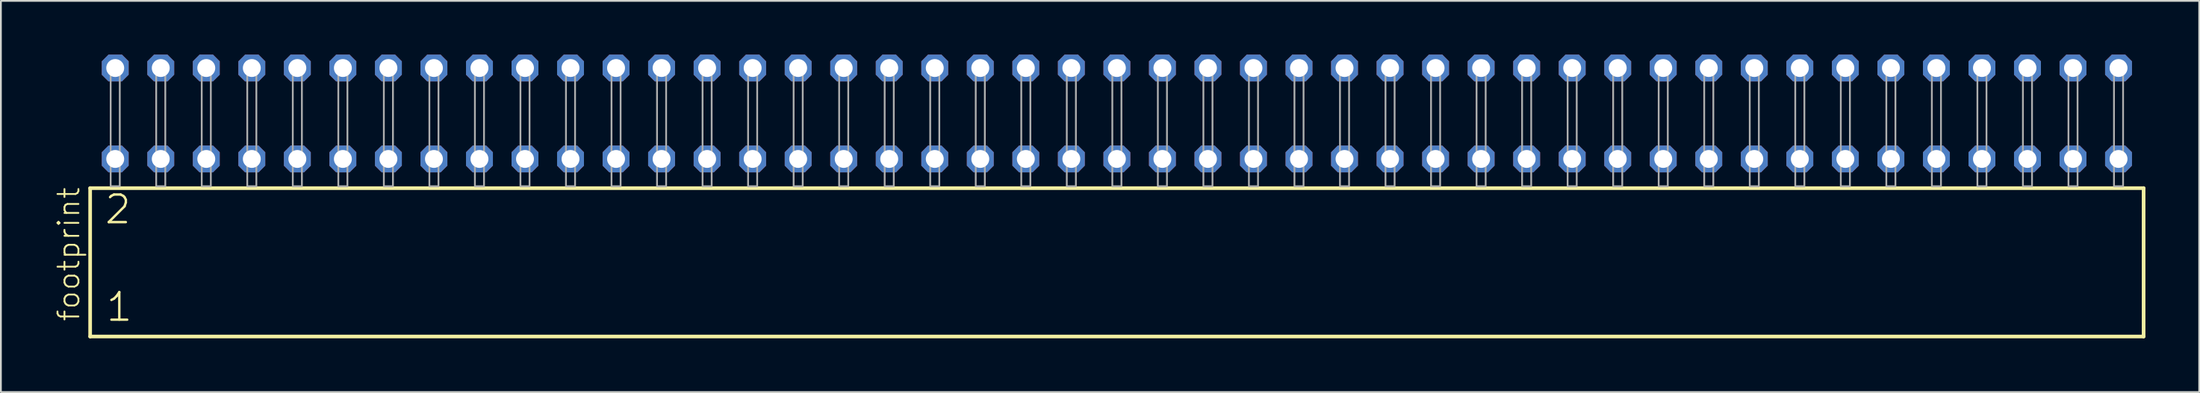
<source format=kicad_pcb>
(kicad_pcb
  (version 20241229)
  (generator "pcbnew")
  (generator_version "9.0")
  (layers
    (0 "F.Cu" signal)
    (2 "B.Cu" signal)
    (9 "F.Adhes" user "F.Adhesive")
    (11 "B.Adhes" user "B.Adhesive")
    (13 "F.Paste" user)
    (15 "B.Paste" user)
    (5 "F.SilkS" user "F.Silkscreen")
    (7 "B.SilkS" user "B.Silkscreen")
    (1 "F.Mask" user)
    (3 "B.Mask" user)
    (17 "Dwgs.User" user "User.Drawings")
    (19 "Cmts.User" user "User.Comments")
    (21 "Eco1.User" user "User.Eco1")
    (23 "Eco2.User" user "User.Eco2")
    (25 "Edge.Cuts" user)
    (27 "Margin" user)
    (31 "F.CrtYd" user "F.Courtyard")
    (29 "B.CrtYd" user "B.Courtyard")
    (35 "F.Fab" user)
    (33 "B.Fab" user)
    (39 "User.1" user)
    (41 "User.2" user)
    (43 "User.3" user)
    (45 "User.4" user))
  (footprint "footprint"
    (layer "F.Cu")
    (at 59.258 7.354)
    (property "Reference" "footprint" (at -57.785 7.62 90) (layer "F.SilkS") (effects (font (size 1.168 1.168) (thickness 0.102)) (justify left bottom)))
    (fp_line (start -57.279 0.106) (end -57.279 8.396) (stroke (width 0.203) (type solid)) (layer "F.SilkS"))
    (fp_line (start -57.279 8.396) (end 57.279 8.396) (stroke (width 0.203) (type solid)) (layer "F.SilkS"))
    (fp_line (start 57.279 0.106) (end -57.279 0.106) (stroke (width 0.203) (type solid)) (layer "F.SilkS"))
    (fp_line (start 57.279 8.396) (end 57.279 0.106) (stroke (width 0.203) (type solid)) (layer "F.SilkS"))
    (fp_poly (pts (xy -56.134 0) (xy -55.626 0) (xy -55.626 -6.858) (xy -56.134 -6.858)) (stroke (width 0.1) (type solid)) (fill no) (layer "F.Fab"))
    (fp_poly (pts (xy -53.594 0) (xy -53.086 0) (xy -53.086 -6.858) (xy -53.594 -6.858)) (stroke (width 0.1) (type solid)) (fill no) (layer "F.Fab"))
    (fp_poly (pts (xy -51.054 0) (xy -50.546 0) (xy -50.546 -6.858) (xy -51.054 -6.858)) (stroke (width 0.1) (type solid)) (fill no) (layer "F.Fab"))
    (fp_poly (pts (xy -48.514 0) (xy -48.006 0) (xy -48.006 -6.858) (xy -48.514 -6.858)) (stroke (width 0.1) (type solid)) (fill no) (layer "F.Fab"))
    (fp_poly (pts (xy -45.974 0) (xy -45.466 0) (xy -45.466 -6.858) (xy -45.974 -6.858)) (stroke (width 0.1) (type solid)) (fill no) (layer "F.Fab"))
    (fp_poly (pts (xy -43.434 0) (xy -42.926 0) (xy -42.926 -6.858) (xy -43.434 -6.858)) (stroke (width 0.1) (type solid)) (fill no) (layer "F.Fab"))
    (fp_poly (pts (xy -40.894 0) (xy -40.386 0) (xy -40.386 -6.858) (xy -40.894 -6.858)) (stroke (width 0.1) (type solid)) (fill no) (layer "F.Fab"))
    (fp_poly (pts (xy -38.354 0) (xy -37.846 0) (xy -37.846 -6.858) (xy -38.354 -6.858)) (stroke (width 0.1) (type solid)) (fill no) (layer "F.Fab"))
    (fp_poly (pts (xy -35.814 0) (xy -35.306 0) (xy -35.306 -6.858) (xy -35.814 -6.858)) (stroke (width 0.1) (type solid)) (fill no) (layer "F.Fab"))
    (fp_poly (pts (xy -33.274 0) (xy -32.766 0) (xy -32.766 -6.858) (xy -33.274 -6.858)) (stroke (width 0.1) (type solid)) (fill no) (layer "F.Fab"))
    (fp_poly (pts (xy -30.734 0) (xy -30.226 0) (xy -30.226 -6.858) (xy -30.734 -6.858)) (stroke (width 0.1) (type solid)) (fill no) (layer "F.Fab"))
    (fp_poly (pts (xy -28.194 0) (xy -27.686 0) (xy -27.686 -6.858) (xy -28.194 -6.858)) (stroke (width 0.1) (type solid)) (fill no) (layer "F.Fab"))
    (fp_poly (pts (xy -25.654 0) (xy -25.146 0) (xy -25.146 -6.858) (xy -25.654 -6.858)) (stroke (width 0.1) (type solid)) (fill no) (layer "F.Fab"))
    (fp_poly (pts (xy -23.114 0) (xy -22.606 0) (xy -22.606 -6.858) (xy -23.114 -6.858)) (stroke (width 0.1) (type solid)) (fill no) (layer "F.Fab"))
    (fp_poly (pts (xy -20.574 0) (xy -20.066 0) (xy -20.066 -6.858) (xy -20.574 -6.858)) (stroke (width 0.1) (type solid)) (fill no) (layer "F.Fab"))
    (fp_poly (pts (xy -18.034 0) (xy -17.526 0) (xy -17.526 -6.858) (xy -18.034 -6.858)) (stroke (width 0.1) (type solid)) (fill no) (layer "F.Fab"))
    (fp_poly (pts (xy -15.494 0) (xy -14.986 0) (xy -14.986 -6.858) (xy -15.494 -6.858)) (stroke (width 0.1) (type solid)) (fill no) (layer "F.Fab"))
    (fp_poly (pts (xy -12.954 0) (xy -12.446 0) (xy -12.446 -6.858) (xy -12.954 -6.858)) (stroke (width 0.1) (type solid)) (fill no) (layer "F.Fab"))
    (fp_poly (pts (xy -10.414 0) (xy -9.906 0) (xy -9.906 -6.858) (xy -10.414 -6.858)) (stroke (width 0.1) (type solid)) (fill no) (layer "F.Fab"))
    (fp_poly (pts (xy -7.874 0) (xy -7.366 0) (xy -7.366 -6.858) (xy -7.874 -6.858)) (stroke (width 0.1) (type solid)) (fill no) (layer "F.Fab"))
    (fp_poly (pts (xy -5.334 0) (xy -4.826 0) (xy -4.826 -6.858) (xy -5.334 -6.858)) (stroke (width 0.1) (type solid)) (fill no) (layer "F.Fab"))
    (fp_poly (pts (xy -2.794 0) (xy -2.286 0) (xy -2.286 -6.858) (xy -2.794 -6.858)) (stroke (width 0.1) (type solid)) (fill no) (layer "F.Fab"))
    (fp_poly (pts (xy -0.254 0) (xy 0.254 0) (xy 0.254 -6.858) (xy -0.254 -6.858)) (stroke (width 0.1) (type solid)) (fill no) (layer "F.Fab"))
    (fp_poly (pts (xy 2.286 0) (xy 2.794 0) (xy 2.794 -6.858) (xy 2.286 -6.858)) (stroke (width 0.1) (type solid)) (fill no) (layer "F.Fab"))
    (fp_poly (pts (xy 4.826 0) (xy 5.334 0) (xy 5.334 -6.858) (xy 4.826 -6.858)) (stroke (width 0.1) (type solid)) (fill no) (layer "F.Fab"))
    (fp_poly (pts (xy 7.366 0) (xy 7.874 0) (xy 7.874 -6.858) (xy 7.366 -6.858)) (stroke (width 0.1) (type solid)) (fill no) (layer "F.Fab"))
    (fp_poly (pts (xy 9.906 0) (xy 10.414 0) (xy 10.414 -6.858) (xy 9.906 -6.858)) (stroke (width 0.1) (type solid)) (fill no) (layer "F.Fab"))
    (fp_poly (pts (xy 12.446 0) (xy 12.954 0) (xy 12.954 -6.858) (xy 12.446 -6.858)) (stroke (width 0.1) (type solid)) (fill no) (layer "F.Fab"))
    (fp_poly (pts (xy 14.986 0) (xy 15.494 0) (xy 15.494 -6.858) (xy 14.986 -6.858)) (stroke (width 0.1) (type solid)) (fill no) (layer "F.Fab"))
    (fp_poly (pts (xy 17.526 0) (xy 18.034 0) (xy 18.034 -6.858) (xy 17.526 -6.858)) (stroke (width 0.1) (type solid)) (fill no) (layer "F.Fab"))
    (fp_poly (pts (xy 20.066 0) (xy 20.574 0) (xy 20.574 -6.858) (xy 20.066 -6.858)) (stroke (width 0.1) (type solid)) (fill no) (layer "F.Fab"))
    (fp_poly (pts (xy 22.606 0) (xy 23.114 0) (xy 23.114 -6.858) (xy 22.606 -6.858)) (stroke (width 0.1) (type solid)) (fill no) (layer "F.Fab"))
    (fp_poly (pts (xy 25.146 0) (xy 25.654 0) (xy 25.654 -6.858) (xy 25.146 -6.858)) (stroke (width 0.1) (type solid)) (fill no) (layer "F.Fab"))
    (fp_poly (pts (xy 27.686 0) (xy 28.194 0) (xy 28.194 -6.858) (xy 27.686 -6.858)) (stroke (width 0.1) (type solid)) (fill no) (layer "F.Fab"))
    (fp_poly (pts (xy 30.226 0) (xy 30.734 0) (xy 30.734 -6.858) (xy 30.226 -6.858)) (stroke (width 0.1) (type solid)) (fill no) (layer "F.Fab"))
    (fp_poly (pts (xy 32.766 0) (xy 33.274 0) (xy 33.274 -6.858) (xy 32.766 -6.858)) (stroke (width 0.1) (type solid)) (fill no) (layer "F.Fab"))
    (fp_poly (pts (xy 35.306 0) (xy 35.814 0) (xy 35.814 -6.858) (xy 35.306 -6.858)) (stroke (width 0.1) (type solid)) (fill no) (layer "F.Fab"))
    (fp_poly (pts (xy 37.846 0) (xy 38.354 0) (xy 38.354 -6.858) (xy 37.846 -6.858)) (stroke (width 0.1) (type solid)) (fill no) (layer "F.Fab"))
    (fp_poly (pts (xy 40.386 0) (xy 40.894 0) (xy 40.894 -6.858) (xy 40.386 -6.858)) (stroke (width 0.1) (type solid)) (fill no) (layer "F.Fab"))
    (fp_poly (pts (xy 42.926 0) (xy 43.434 0) (xy 43.434 -6.858) (xy 42.926 -6.858)) (stroke (width 0.1) (type solid)) (fill no) (layer "F.Fab"))
    (fp_poly (pts (xy 45.466 0) (xy 45.974 0) (xy 45.974 -6.858) (xy 45.466 -6.858)) (stroke (width 0.1) (type solid)) (fill no) (layer "F.Fab"))
    (fp_poly (pts (xy 48.006 0) (xy 48.514 0) (xy 48.514 -6.858) (xy 48.006 -6.858)) (stroke (width 0.1) (type solid)) (fill no) (layer "F.Fab"))
    (fp_poly (pts (xy 50.546 0) (xy 51.054 0) (xy 51.054 -6.858) (xy 50.546 -6.858)) (stroke (width 0.1) (type solid)) (fill no) (layer "F.Fab"))
    (fp_poly (pts (xy 53.086 0) (xy 53.594 0) (xy 53.594 -6.858) (xy 53.086 -6.858)) (stroke (width 0.1) (type solid)) (fill no) (layer "F.Fab"))
    (fp_poly (pts (xy 55.626 0) (xy 56.134 0) (xy 56.134 -6.858) (xy 55.626 -6.858)) (stroke (width 0.1) (type solid)) (fill no) (layer "F.Fab"))
    (fp_text user "2" (at -56.55 2.2 0) (layer "F.SilkS") (effects (font (size 1.542 1.542) (thickness 0.134)) (justify left bottom)))
    (fp_text user "1" (at -56.475 7.65 0) (layer "F.SilkS") (effects (font (size 1.542 1.542) (thickness 0.134)) (justify left bottom)))
    (pad "1" thru_hole roundrect (at -55.88 -1.524) (size 1.5 1.5) (drill 1) (layers "*.Cu" "*.Mask") (roundrect_rratio 0.25) (chamfer_ratio 0.25) (chamfer top_left top_right bottom_left bottom_right))
    (pad "2" thru_hole roundrect (at -55.88 -6.604) (size 1.5 1.5) (drill 1) (layers "*.Cu" "*.Mask") (roundrect_rratio 0.25) (chamfer_ratio 0.25) (chamfer top_left top_right bottom_left bottom_right))
    (pad "3" thru_hole roundrect (at -53.34 -1.524) (size 1.5 1.5) (drill 1) (layers "*.Cu" "*.Mask") (roundrect_rratio 0.25) (chamfer_ratio 0.25) (chamfer top_left top_right bottom_left bottom_right))
    (pad "4" thru_hole roundrect (at -53.34 -6.604) (size 1.5 1.5) (drill 1) (layers "*.Cu" "*.Mask") (roundrect_rratio 0.25) (chamfer_ratio 0.25) (chamfer top_left top_right bottom_left bottom_right))
    (pad "5" thru_hole roundrect (at -50.8 -1.524) (size 1.5 1.5) (drill 1) (layers "*.Cu" "*.Mask") (roundrect_rratio 0.25) (chamfer_ratio 0.25) (chamfer top_left top_right bottom_left bottom_right))
    (pad "6" thru_hole roundrect (at -50.8 -6.604) (size 1.5 1.5) (drill 1) (layers "*.Cu" "*.Mask") (roundrect_rratio 0.25) (chamfer_ratio 0.25) (chamfer top_left top_right bottom_left bottom_right))
    (pad "7" thru_hole roundrect (at -48.26 -1.524) (size 1.5 1.5) (drill 1) (layers "*.Cu" "*.Mask") (roundrect_rratio 0.25) (chamfer_ratio 0.25) (chamfer top_left top_right bottom_left bottom_right))
    (pad "8" thru_hole roundrect (at -48.26 -6.604) (size 1.5 1.5) (drill 1) (layers "*.Cu" "*.Mask") (roundrect_rratio 0.25) (chamfer_ratio 0.25) (chamfer top_left top_right bottom_left bottom_right))
    (pad "9" thru_hole roundrect (at -45.72 -1.524) (size 1.5 1.5) (drill 1) (layers "*.Cu" "*.Mask") (roundrect_rratio 0.25) (chamfer_ratio 0.25) (chamfer top_left top_right bottom_left bottom_right))
    (pad "10" thru_hole roundrect (at -45.72 -6.604) (size 1.5 1.5) (drill 1) (layers "*.Cu" "*.Mask") (roundrect_rratio 0.25) (chamfer_ratio 0.25) (chamfer top_left top_right bottom_left bottom_right))
    (pad "11" thru_hole roundrect (at -43.18 -1.524) (size 1.5 1.5) (drill 1) (layers "*.Cu" "*.Mask") (roundrect_rratio 0.25) (chamfer_ratio 0.25) (chamfer top_left top_right bottom_left bottom_right))
    (pad "12" thru_hole roundrect (at -43.18 -6.604) (size 1.5 1.5) (drill 1) (layers "*.Cu" "*.Mask") (roundrect_rratio 0.25) (chamfer_ratio 0.25) (chamfer top_left top_right bottom_left bottom_right))
    (pad "13" thru_hole roundrect (at -40.64 -1.524) (size 1.5 1.5) (drill 1) (layers "*.Cu" "*.Mask") (roundrect_rratio 0.25) (chamfer_ratio 0.25) (chamfer top_left top_right bottom_left bottom_right))
    (pad "14" thru_hole roundrect (at -40.64 -6.604) (size 1.5 1.5) (drill 1) (layers "*.Cu" "*.Mask") (roundrect_rratio 0.25) (chamfer_ratio 0.25) (chamfer top_left top_right bottom_left bottom_right))
    (pad "15" thru_hole roundrect (at -38.1 -1.524) (size 1.5 1.5) (drill 1) (layers "*.Cu" "*.Mask") (roundrect_rratio 0.25) (chamfer_ratio 0.25) (chamfer top_left top_right bottom_left bottom_right))
    (pad "16" thru_hole roundrect (at -38.1 -6.604) (size 1.5 1.5) (drill 1) (layers "*.Cu" "*.Mask") (roundrect_rratio 0.25) (chamfer_ratio 0.25) (chamfer top_left top_right bottom_left bottom_right))
    (pad "17" thru_hole roundrect (at -35.56 -1.524) (size 1.5 1.5) (drill 1) (layers "*.Cu" "*.Mask") (roundrect_rratio 0.25) (chamfer_ratio 0.25) (chamfer top_left top_right bottom_left bottom_right))
    (pad "18" thru_hole roundrect (at -35.56 -6.604) (size 1.5 1.5) (drill 1) (layers "*.Cu" "*.Mask") (roundrect_rratio 0.25) (chamfer_ratio 0.25) (chamfer top_left top_right bottom_left bottom_right))
    (pad "19" thru_hole roundrect (at -33.02 -1.524) (size 1.5 1.5) (drill 1) (layers "*.Cu" "*.Mask") (roundrect_rratio 0.25) (chamfer_ratio 0.25) (chamfer top_left top_right bottom_left bottom_right))
    (pad "20" thru_hole roundrect (at -33.02 -6.604) (size 1.5 1.5) (drill 1) (layers "*.Cu" "*.Mask") (roundrect_rratio 0.25) (chamfer_ratio 0.25) (chamfer top_left top_right bottom_left bottom_right))
    (pad "21" thru_hole roundrect (at -30.48 -1.524) (size 1.5 1.5) (drill 1) (layers "*.Cu" "*.Mask") (roundrect_rratio 0.25) (chamfer_ratio 0.25) (chamfer top_left top_right bottom_left bottom_right))
    (pad "22" thru_hole roundrect (at -30.48 -6.604) (size 1.5 1.5) (drill 1) (layers "*.Cu" "*.Mask") (roundrect_rratio 0.25) (chamfer_ratio 0.25) (chamfer top_left top_right bottom_left bottom_right))
    (pad "23" thru_hole roundrect (at -27.94 -1.524) (size 1.5 1.5) (drill 1) (layers "*.Cu" "*.Mask") (roundrect_rratio 0.25) (chamfer_ratio 0.25) (chamfer top_left top_right bottom_left bottom_right))
    (pad "24" thru_hole roundrect (at -27.94 -6.604) (size 1.5 1.5) (drill 1) (layers "*.Cu" "*.Mask") (roundrect_rratio 0.25) (chamfer_ratio 0.25) (chamfer top_left top_right bottom_left bottom_right))
    (pad "25" thru_hole roundrect (at -25.4 -1.524) (size 1.5 1.5) (drill 1) (layers "*.Cu" "*.Mask") (roundrect_rratio 0.25) (chamfer_ratio 0.25) (chamfer top_left top_right bottom_left bottom_right))
    (pad "26" thru_hole roundrect (at -25.4 -6.604) (size 1.5 1.5) (drill 1) (layers "*.Cu" "*.Mask") (roundrect_rratio 0.25) (chamfer_ratio 0.25) (chamfer top_left top_right bottom_left bottom_right))
    (pad "27" thru_hole roundrect (at -22.86 -1.524) (size 1.5 1.5) (drill 1) (layers "*.Cu" "*.Mask") (roundrect_rratio 0.25) (chamfer_ratio 0.25) (chamfer top_left top_right bottom_left bottom_right))
    (pad "28" thru_hole roundrect (at -22.86 -6.604) (size 1.5 1.5) (drill 1) (layers "*.Cu" "*.Mask") (roundrect_rratio 0.25) (chamfer_ratio 0.25) (chamfer top_left top_right bottom_left bottom_right))
    (pad "29" thru_hole roundrect (at -20.32 -1.524) (size 1.5 1.5) (drill 1) (layers "*.Cu" "*.Mask") (roundrect_rratio 0.25) (chamfer_ratio 0.25) (chamfer top_left top_right bottom_left bottom_right))
    (pad "30" thru_hole roundrect (at -20.32 -6.604) (size 1.5 1.5) (drill 1) (layers "*.Cu" "*.Mask") (roundrect_rratio 0.25) (chamfer_ratio 0.25) (chamfer top_left top_right bottom_left bottom_right))
    (pad "31" thru_hole roundrect (at -17.78 -1.524) (size 1.5 1.5) (drill 1) (layers "*.Cu" "*.Mask") (roundrect_rratio 0.25) (chamfer_ratio 0.25) (chamfer top_left top_right bottom_left bottom_right))
    (pad "32" thru_hole roundrect (at -17.78 -6.604) (size 1.5 1.5) (drill 1) (layers "*.Cu" "*.Mask") (roundrect_rratio 0.25) (chamfer_ratio 0.25) (chamfer top_left top_right bottom_left bottom_right))
    (pad "33" thru_hole roundrect (at -15.24 -1.524) (size 1.5 1.5) (drill 1) (layers "*.Cu" "*.Mask") (roundrect_rratio 0.25) (chamfer_ratio 0.25) (chamfer top_left top_right bottom_left bottom_right))
    (pad "34" thru_hole roundrect (at -15.24 -6.604) (size 1.5 1.5) (drill 1) (layers "*.Cu" "*.Mask") (roundrect_rratio 0.25) (chamfer_ratio 0.25) (chamfer top_left top_right bottom_left bottom_right))
    (pad "35" thru_hole roundrect (at -12.7 -1.524) (size 1.5 1.5) (drill 1) (layers "*.Cu" "*.Mask") (roundrect_rratio 0.25) (chamfer_ratio 0.25) (chamfer top_left top_right bottom_left bottom_right))
    (pad "36" thru_hole roundrect (at -12.7 -6.604) (size 1.5 1.5) (drill 1) (layers "*.Cu" "*.Mask") (roundrect_rratio 0.25) (chamfer_ratio 0.25) (chamfer top_left top_right bottom_left bottom_right))
    (pad "37" thru_hole roundrect (at -10.16 -1.524) (size 1.5 1.5) (drill 1) (layers "*.Cu" "*.Mask") (roundrect_rratio 0.25) (chamfer_ratio 0.25) (chamfer top_left top_right bottom_left bottom_right))
    (pad "38" thru_hole roundrect (at -10.16 -6.604) (size 1.5 1.5) (drill 1) (layers "*.Cu" "*.Mask") (roundrect_rratio 0.25) (chamfer_ratio 0.25) (chamfer top_left top_right bottom_left bottom_right))
    (pad "39" thru_hole roundrect (at -7.62 -1.524) (size 1.5 1.5) (drill 1) (layers "*.Cu" "*.Mask") (roundrect_rratio 0.25) (chamfer_ratio 0.25) (chamfer top_left top_right bottom_left bottom_right))
    (pad "40" thru_hole roundrect (at -7.62 -6.604) (size 1.5 1.5) (drill 1) (layers "*.Cu" "*.Mask") (roundrect_rratio 0.25) (chamfer_ratio 0.25) (chamfer top_left top_right bottom_left bottom_right))
    (pad "41" thru_hole roundrect (at -5.08 -1.524) (size 1.5 1.5) (drill 1) (layers "*.Cu" "*.Mask") (roundrect_rratio 0.25) (chamfer_ratio 0.25) (chamfer top_left top_right bottom_left bottom_right))
    (pad "42" thru_hole roundrect (at -5.08 -6.604) (size 1.5 1.5) (drill 1) (layers "*.Cu" "*.Mask") (roundrect_rratio 0.25) (chamfer_ratio 0.25) (chamfer top_left top_right bottom_left bottom_right))
    (pad "43" thru_hole roundrect (at -2.54 -1.524) (size 1.5 1.5) (drill 1) (layers "*.Cu" "*.Mask") (roundrect_rratio 0.25) (chamfer_ratio 0.25) (chamfer top_left top_right bottom_left bottom_right))
    (pad "44" thru_hole roundrect (at -2.54 -6.604) (size 1.5 1.5) (drill 1) (layers "*.Cu" "*.Mask") (roundrect_rratio 0.25) (chamfer_ratio 0.25) (chamfer top_left top_right bottom_left bottom_right))
    (pad "45" thru_hole roundrect (at 0 -1.524) (size 1.5 1.5) (drill 1) (layers "*.Cu" "*.Mask") (roundrect_rratio 0.25) (chamfer_ratio 0.25) (chamfer top_left top_right bottom_left bottom_right))
    (pad "46" thru_hole roundrect (at 0 -6.604) (size 1.5 1.5) (drill 1) (layers "*.Cu" "*.Mask") (roundrect_rratio 0.25) (chamfer_ratio 0.25) (chamfer top_left top_right bottom_left bottom_right))
    (pad "47" thru_hole roundrect (at 2.54 -1.524) (size 1.5 1.5) (drill 1) (layers "*.Cu" "*.Mask") (roundrect_rratio 0.25) (chamfer_ratio 0.25) (chamfer top_left top_right bottom_left bottom_right))
    (pad "48" thru_hole roundrect (at 2.54 -6.604) (size 1.5 1.5) (drill 1) (layers "*.Cu" "*.Mask") (roundrect_rratio 0.25) (chamfer_ratio 0.25) (chamfer top_left top_right bottom_left bottom_right))
    (pad "49" thru_hole roundrect (at 5.08 -1.524) (size 1.5 1.5) (drill 1) (layers "*.Cu" "*.Mask") (roundrect_rratio 0.25) (chamfer_ratio 0.25) (chamfer top_left top_right bottom_left bottom_right))
    (pad "50" thru_hole roundrect (at 5.08 -6.604) (size 1.5 1.5) (drill 1) (layers "*.Cu" "*.Mask") (roundrect_rratio 0.25) (chamfer_ratio 0.25) (chamfer top_left top_right bottom_left bottom_right))
    (pad "51" thru_hole roundrect (at 7.62 -1.524) (size 1.5 1.5) (drill 1) (layers "*.Cu" "*.Mask") (roundrect_rratio 0.25) (chamfer_ratio 0.25) (chamfer top_left top_right bottom_left bottom_right))
    (pad "52" thru_hole roundrect (at 7.62 -6.604) (size 1.5 1.5) (drill 1) (layers "*.Cu" "*.Mask") (roundrect_rratio 0.25) (chamfer_ratio 0.25) (chamfer top_left top_right bottom_left bottom_right))
    (pad "53" thru_hole roundrect (at 10.16 -1.524) (size 1.5 1.5) (drill 1) (layers "*.Cu" "*.Mask") (roundrect_rratio 0.25) (chamfer_ratio 0.25) (chamfer top_left top_right bottom_left bottom_right))
    (pad "54" thru_hole roundrect (at 10.16 -6.604) (size 1.5 1.5) (drill 1) (layers "*.Cu" "*.Mask") (roundrect_rratio 0.25) (chamfer_ratio 0.25) (chamfer top_left top_right bottom_left bottom_right))
    (pad "55" thru_hole roundrect (at 12.7 -1.524) (size 1.5 1.5) (drill 1) (layers "*.Cu" "*.Mask") (roundrect_rratio 0.25) (chamfer_ratio 0.25) (chamfer top_left top_right bottom_left bottom_right))
    (pad "56" thru_hole roundrect (at 12.7 -6.604) (size 1.5 1.5) (drill 1) (layers "*.Cu" "*.Mask") (roundrect_rratio 0.25) (chamfer_ratio 0.25) (chamfer top_left top_right bottom_left bottom_right))
    (pad "57" thru_hole roundrect (at 15.24 -1.524) (size 1.5 1.5) (drill 1) (layers "*.Cu" "*.Mask") (roundrect_rratio 0.25) (chamfer_ratio 0.25) (chamfer top_left top_right bottom_left bottom_right))
    (pad "58" thru_hole roundrect (at 15.24 -6.604) (size 1.5 1.5) (drill 1) (layers "*.Cu" "*.Mask") (roundrect_rratio 0.25) (chamfer_ratio 0.25) (chamfer top_left top_right bottom_left bottom_right))
    (pad "59" thru_hole roundrect (at 17.78 -1.524) (size 1.5 1.5) (drill 1) (layers "*.Cu" "*.Mask") (roundrect_rratio 0.25) (chamfer_ratio 0.25) (chamfer top_left top_right bottom_left bottom_right))
    (pad "60" thru_hole roundrect (at 17.78 -6.604) (size 1.5 1.5) (drill 1) (layers "*.Cu" "*.Mask") (roundrect_rratio 0.25) (chamfer_ratio 0.25) (chamfer top_left top_right bottom_left bottom_right))
    (pad "61" thru_hole roundrect (at 20.32 -1.524) (size 1.5 1.5) (drill 1) (layers "*.Cu" "*.Mask") (roundrect_rratio 0.25) (chamfer_ratio 0.25) (chamfer top_left top_right bottom_left bottom_right))
    (pad "62" thru_hole roundrect (at 20.32 -6.604) (size 1.5 1.5) (drill 1) (layers "*.Cu" "*.Mask") (roundrect_rratio 0.25) (chamfer_ratio 0.25) (chamfer top_left top_right bottom_left bottom_right))
    (pad "63" thru_hole roundrect (at 22.86 -1.524) (size 1.5 1.5) (drill 1) (layers "*.Cu" "*.Mask") (roundrect_rratio 0.25) (chamfer_ratio 0.25) (chamfer top_left top_right bottom_left bottom_right))
    (pad "64" thru_hole roundrect (at 22.86 -6.604) (size 1.5 1.5) (drill 1) (layers "*.Cu" "*.Mask") (roundrect_rratio 0.25) (chamfer_ratio 0.25) (chamfer top_left top_right bottom_left bottom_right))
    (pad "65" thru_hole roundrect (at 25.4 -1.524) (size 1.5 1.5) (drill 1) (layers "*.Cu" "*.Mask") (roundrect_rratio 0.25) (chamfer_ratio 0.25) (chamfer top_left top_right bottom_left bottom_right))
    (pad "66" thru_hole roundrect (at 25.4 -6.604) (size 1.5 1.5) (drill 1) (layers "*.Cu" "*.Mask") (roundrect_rratio 0.25) (chamfer_ratio 0.25) (chamfer top_left top_right bottom_left bottom_right))
    (pad "67" thru_hole roundrect (at 27.94 -1.524) (size 1.5 1.5) (drill 1) (layers "*.Cu" "*.Mask") (roundrect_rratio 0.25) (chamfer_ratio 0.25) (chamfer top_left top_right bottom_left bottom_right))
    (pad "68" thru_hole roundrect (at 27.94 -6.604) (size 1.5 1.5) (drill 1) (layers "*.Cu" "*.Mask") (roundrect_rratio 0.25) (chamfer_ratio 0.25) (chamfer top_left top_right bottom_left bottom_right))
    (pad "69" thru_hole roundrect (at 30.48 -1.524) (size 1.5 1.5) (drill 1) (layers "*.Cu" "*.Mask") (roundrect_rratio 0.25) (chamfer_ratio 0.25) (chamfer top_left top_right bottom_left bottom_right))
    (pad "70" thru_hole roundrect (at 30.48 -6.604) (size 1.5 1.5) (drill 1) (layers "*.Cu" "*.Mask") (roundrect_rratio 0.25) (chamfer_ratio 0.25) (chamfer top_left top_right bottom_left bottom_right))
    (pad "71" thru_hole roundrect (at 33.02 -1.524) (size 1.5 1.5) (drill 1) (layers "*.Cu" "*.Mask") (roundrect_rratio 0.25) (chamfer_ratio 0.25) (chamfer top_left top_right bottom_left bottom_right))
    (pad "72" thru_hole roundrect (at 33.02 -6.604) (size 1.5 1.5) (drill 1) (layers "*.Cu" "*.Mask") (roundrect_rratio 0.25) (chamfer_ratio 0.25) (chamfer top_left top_right bottom_left bottom_right))
    (pad "73" thru_hole roundrect (at 35.56 -1.524) (size 1.5 1.5) (drill 1) (layers "*.Cu" "*.Mask") (roundrect_rratio 0.25) (chamfer_ratio 0.25) (chamfer top_left top_right bottom_left bottom_right))
    (pad "74" thru_hole roundrect (at 35.56 -6.604) (size 1.5 1.5) (drill 1) (layers "*.Cu" "*.Mask") (roundrect_rratio 0.25) (chamfer_ratio 0.25) (chamfer top_left top_right bottom_left bottom_right))
    (pad "75" thru_hole roundrect (at 38.1 -1.524) (size 1.5 1.5) (drill 1) (layers "*.Cu" "*.Mask") (roundrect_rratio 0.25) (chamfer_ratio 0.25) (chamfer top_left top_right bottom_left bottom_right))
    (pad "76" thru_hole roundrect (at 38.1 -6.604) (size 1.5 1.5) (drill 1) (layers "*.Cu" "*.Mask") (roundrect_rratio 0.25) (chamfer_ratio 0.25) (chamfer top_left top_right bottom_left bottom_right))
    (pad "77" thru_hole roundrect (at 40.64 -1.524) (size 1.5 1.5) (drill 1) (layers "*.Cu" "*.Mask") (roundrect_rratio 0.25) (chamfer_ratio 0.25) (chamfer top_left top_right bottom_left bottom_right))
    (pad "78" thru_hole roundrect (at 40.64 -6.604) (size 1.5 1.5) (drill 1) (layers "*.Cu" "*.Mask") (roundrect_rratio 0.25) (chamfer_ratio 0.25) (chamfer top_left top_right bottom_left bottom_right))
    (pad "79" thru_hole roundrect (at 43.18 -1.524) (size 1.5 1.5) (drill 1) (layers "*.Cu" "*.Mask") (roundrect_rratio 0.25) (chamfer_ratio 0.25) (chamfer top_left top_right bottom_left bottom_right))
    (pad "80" thru_hole roundrect (at 43.18 -6.604) (size 1.5 1.5) (drill 1) (layers "*.Cu" "*.Mask") (roundrect_rratio 0.25) (chamfer_ratio 0.25) (chamfer top_left top_right bottom_left bottom_right))
    (pad "81" thru_hole roundrect (at 45.72 -1.524) (size 1.5 1.5) (drill 1) (layers "*.Cu" "*.Mask") (roundrect_rratio 0.25) (chamfer_ratio 0.25) (chamfer top_left top_right bottom_left bottom_right))
    (pad "82" thru_hole roundrect (at 45.72 -6.604) (size 1.5 1.5) (drill 1) (layers "*.Cu" "*.Mask") (roundrect_rratio 0.25) (chamfer_ratio 0.25) (chamfer top_left top_right bottom_left bottom_right))
    (pad "83" thru_hole roundrect (at 48.26 -1.524) (size 1.5 1.5) (drill 1) (layers "*.Cu" "*.Mask") (roundrect_rratio 0.25) (chamfer_ratio 0.25) (chamfer top_left top_right bottom_left bottom_right))
    (pad "84" thru_hole roundrect (at 48.26 -6.604) (size 1.5 1.5) (drill 1) (layers "*.Cu" "*.Mask") (roundrect_rratio 0.25) (chamfer_ratio 0.25) (chamfer top_left top_right bottom_left bottom_right))
    (pad "85" thru_hole roundrect (at 50.8 -1.524) (size 1.5 1.5) (drill 1) (layers "*.Cu" "*.Mask") (roundrect_rratio 0.25) (chamfer_ratio 0.25) (chamfer top_left top_right bottom_left bottom_right))
    (pad "86" thru_hole roundrect (at 50.8 -6.604) (size 1.5 1.5) (drill 1) (layers "*.Cu" "*.Mask") (roundrect_rratio 0.25) (chamfer_ratio 0.25) (chamfer top_left top_right bottom_left bottom_right))
    (pad "87" thru_hole roundrect (at 53.34 -1.524) (size 1.5 1.5) (drill 1) (layers "*.Cu" "*.Mask") (roundrect_rratio 0.25) (chamfer_ratio 0.25) (chamfer top_left top_right bottom_left bottom_right))
    (pad "88" thru_hole roundrect (at 53.34 -6.604) (size 1.5 1.5) (drill 1) (layers "*.Cu" "*.Mask") (roundrect_rratio 0.25) (chamfer_ratio 0.25) (chamfer top_left top_right bottom_left bottom_right))
    (pad "89" thru_hole roundrect (at 55.88 -1.524) (size 1.5 1.5) (drill 1) (layers "*.Cu" "*.Mask") (roundrect_rratio 0.25) (chamfer_ratio 0.25) (chamfer top_left top_right bottom_left bottom_right))
    (pad "90" thru_hole roundrect (at 55.88 -6.604) (size 1.5 1.5) (drill 1) (layers "*.Cu" "*.Mask") (roundrect_rratio 0.25) (chamfer_ratio 0.25) (chamfer top_left top_right bottom_left bottom_right)))
  (gr_rect
    (start -3 -3)
    (end 119.639 18.852)
    (stroke (width 0.1) (type default))
    (fill no)
    (layer "Edge.Cuts")))
</source>
